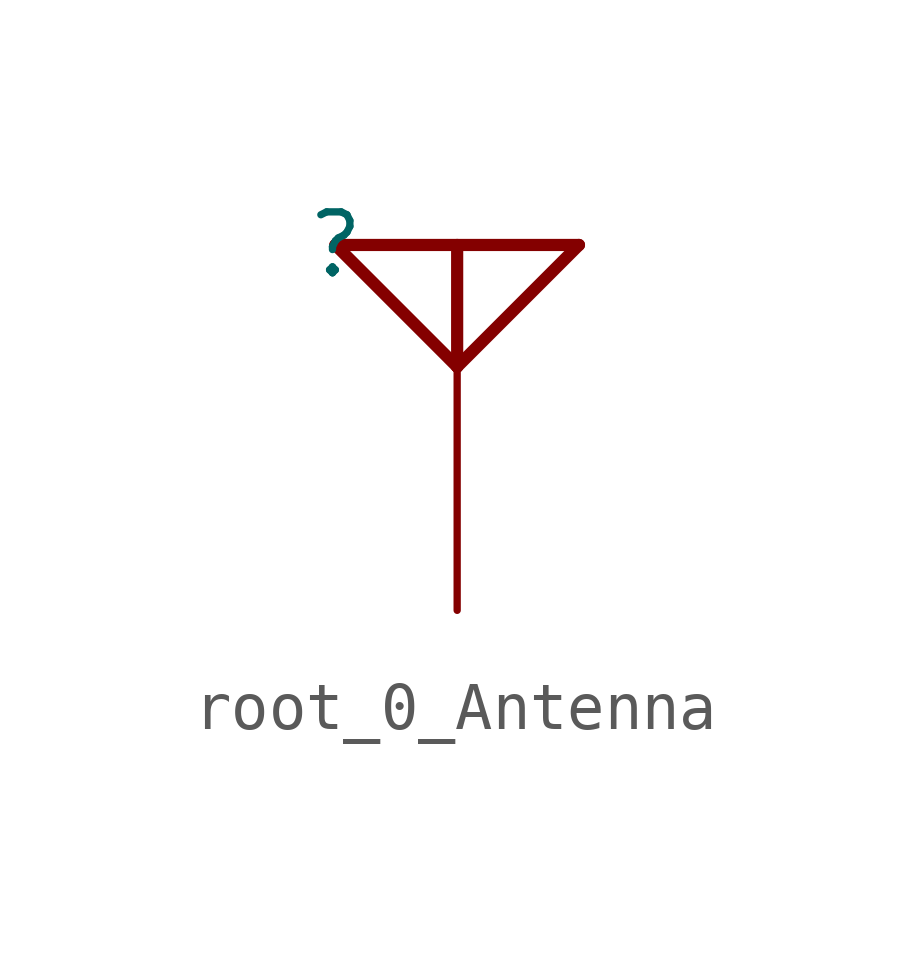
<source format=kicad_sym>
(kicad_symbol_lib
  (version 20220914)
  (generator kicad_symbol_editor)
  (symbol "root_0_Antenna"
    (property "Reference" ""
      (at 0 0 0)
      (effects (font (size 1.27 1.27))))
    (property "Value" ""
      (at 0 0 0)
      (effects (font (size 1.27 1.27))))
    (symbol "root_0_Antenna_1_0"
      (polyline (pts (xy 0 0) (xy 2.54 -2.54)) (stroke (width 0.254) (type solid)) (fill (type none)))
      (polyline (pts (xy 0 0) (xy 5.08 0)) (stroke (width 0.254) (type solid)) (fill (type none)))
      (polyline (pts (xy 2.54 0) (xy 2.54 -2.54)) (stroke (width 0.254) (type solid)) (fill (type none)))
      (polyline (pts (xy 5.08 0) (xy 2.54 -2.54)) (stroke (width 0.254) (type solid)) (fill (type none)))
      (pin passive line (at 2.54 -7.62 90) (length 5.08) (name "A" (effects (font (size 0 0)))) (number "1" (effects (font (size 0 0))))))))
</source>
